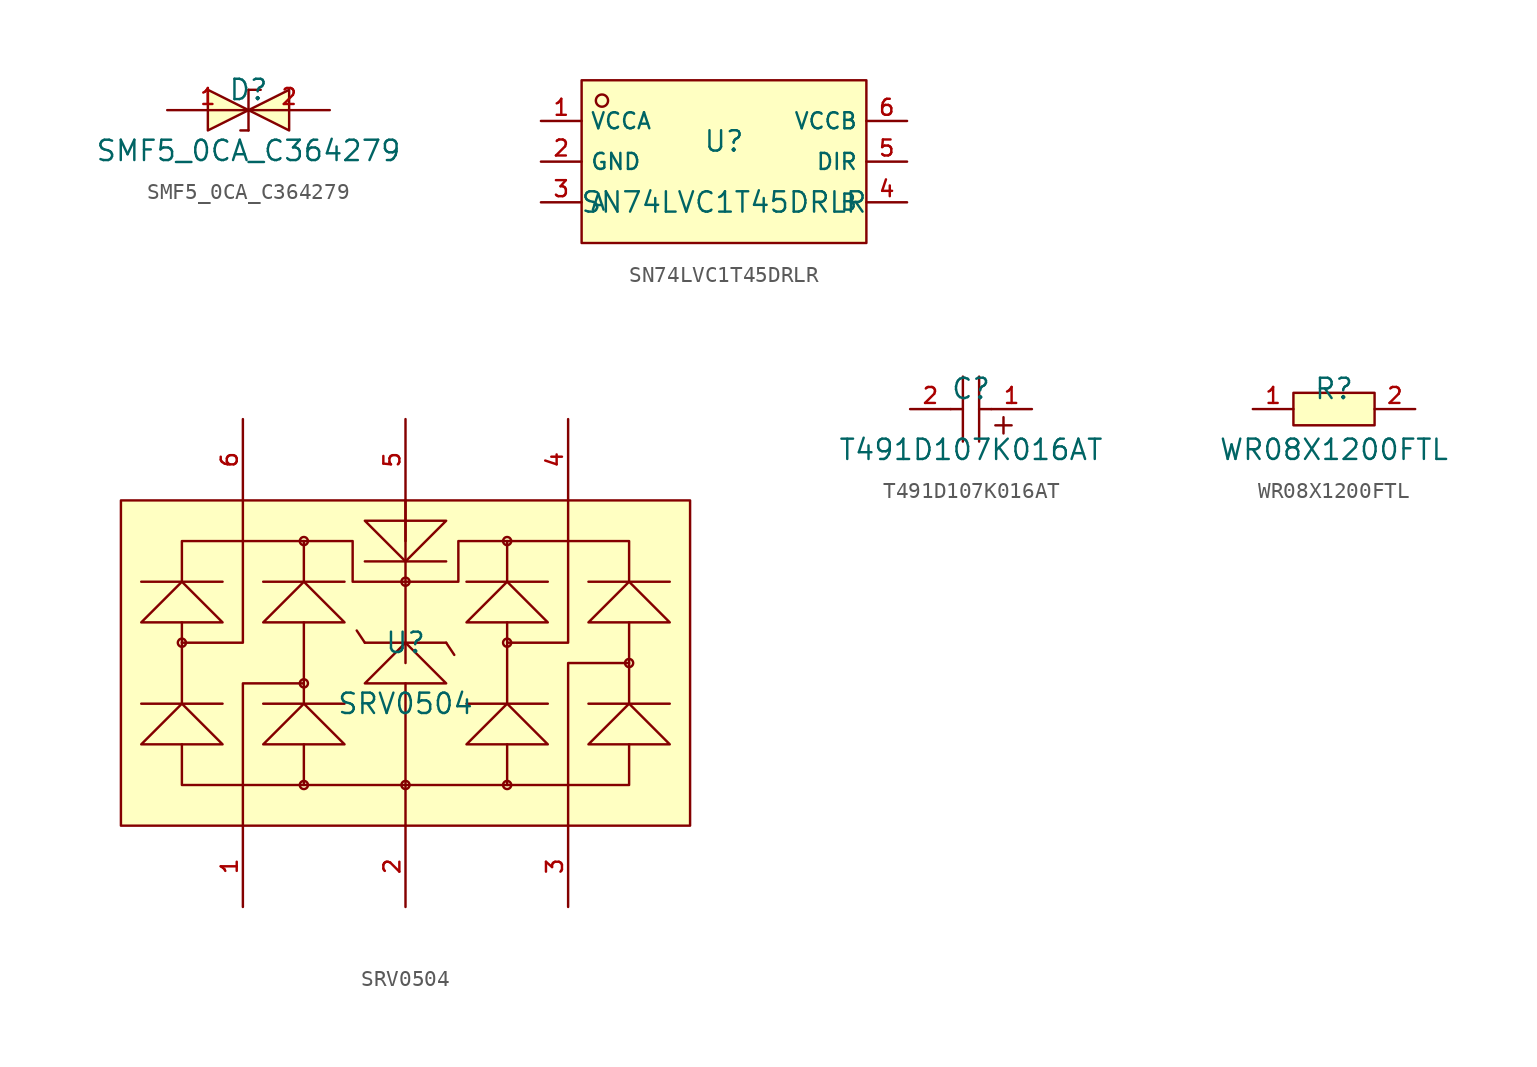
<source format=kicad_sym>
(kicad_symbol_lib
  (version 20220914)
  (generator kicad_symbol_editor)
  (symbol "SMF5_0CA_C364279"
    (pin_names hide)
    (property "Reference" "D"
      (at 0 1.27 0)
      (effects (font (size 1.27 1.27))))
    (property "Value" "SMF5_0CA_C364279"
      (at 0 -2.54 0)
      (effects (font (size 1.27 1.27))))
    (symbol "SMF5_0CA_C364279_0_1"
      (polyline (pts (xy -0.508 -1.27) (xy 0 -1.27)) (stroke (width 0) (type default)) (fill (type none)))
      (polyline (pts (xy 0 -1.27) (xy 0 0)) (stroke (width 0) (type default)) (fill (type none)))
      (polyline (pts (xy 0 0) (xy 0 1.27)) (stroke (width 0) (type default)) (fill (type none)))
      (polyline (pts (xy 0 1.27) (xy 0.762 1.27)) (stroke (width 0) (type default)) (fill (type none)))
      (polyline (pts (xy -2.54 1.27) (xy 0 0) (xy -2.54 -1.27) (xy -2.54 1.27)) (stroke (width 0) (type default)) (fill (type background)))
      (polyline (pts (xy 2.54 1.27) (xy 0 0) (xy 2.54 -1.27) (xy 2.54 1.27)) (stroke (width 0) (type default)) (fill (type background)))
      (pin unspecified line (at -5.08 0 0) (length 5.08) (name "K" (effects (font (size 1 1)))) (number "1" (effects (font (size 1 1)))))
      (pin unspecified line (at 5.08 0 180) (length 5.08) (name "A" (effects (font (size 1 1)))) (number "2" (effects (font (size 1 1)))))))
  (symbol "SN74LVC1T45DRLR"
    (property "Reference" "U"
      (at 0 1.27 0)
      (effects (font (size 1.27 1.27))))
    (property "Value" "SN74LVC1T45DRLR"
      (at 0 -2.54 0)
      (effects (font (size 1.27 1.27))))
    (symbol "SN74LVC1T45DRLR_0_1"
      (rectangle (start -8.89 5.08) (end 8.89 -5.08) (stroke (width 0) (type default)) (fill (type background)))
      (circle (center -7.62 3.81) (radius 0.381) (stroke (width 0) (type default)) (fill (type background)))
      (pin unspecified line (at -11.43 2.54 0) (length 2.54) (name "VCCA" (effects (font (size 1 1)))) (number "1" (effects (font (size 1 1)))))
      (pin unspecified line (at -11.43 0 0) (length 2.54) (name "GND" (effects (font (size 1 1)))) (number "2" (effects (font (size 1 1)))))
      (pin unspecified line (at -11.43 -2.54 0) (length 2.54) (name "A" (effects (font (size 1 1)))) (number "3" (effects (font (size 1 1)))))
      (pin unspecified line (at 11.43 -2.54 180) (length 2.54) (name "B" (effects (font (size 1 1)))) (number "4" (effects (font (size 1 1)))))
      (pin unspecified line (at 11.43 0 180) (length 2.54) (name "DIR" (effects (font (size 1 1)))) (number "5" (effects (font (size 1 1)))))
      (pin unspecified line (at 11.43 2.54 180) (length 2.54) (name "VCCB" (effects (font (size 1 1)))) (number "6" (effects (font (size 1 1)))))))
  (symbol "SRV0504"
    (pin_names hide)
    (property "Reference" "U"
      (at 0 1.27 0)
      (effects (font (size 1.27 1.27))))
    (property "Value" "SRV0504"
      (at 0 -2.54 0)
      (effects (font (size 1.27 1.27))))
    (symbol "SRV0504_0_1"
      (rectangle (start -17.78 10.16) (end 17.78 -10.16) (stroke (width 0) (type default)) (fill (type background)))
      (circle (center -13.97 1.27) (radius 0.254) (stroke (width 0) (type default)) (fill (type background)))
      (circle (center -6.35 -7.62) (radius 0.254) (stroke (width 0) (type default)) (fill (type background)))
      (circle (center -6.35 -1.27) (radius 0.254) (stroke (width 0) (type default)) (fill (type background)))
      (circle (center -6.35 7.62) (radius 0.254) (stroke (width 0) (type default)) (fill (type background)))
      (circle (center 0 -7.62) (radius 0.254) (stroke (width 0) (type default)) (fill (type background)))
      (polyline (pts (xy -16.51 -2.54) (xy -11.43 -2.54)) (stroke (width 0) (type default)) (fill (type none)))
      (polyline (pts (xy -16.51 5.08) (xy -11.43 5.08)) (stroke (width 0) (type default)) (fill (type none)))
      (polyline (pts (xy -13.97 2.54) (xy -13.97 -2.54)) (stroke (width 0) (type default)) (fill (type none)))
      (polyline (pts (xy -8.89 -2.54) (xy -3.81 -2.54)) (stroke (width 0) (type default)) (fill (type none)))
      (polyline (pts (xy -8.89 5.08) (xy -3.81 5.08)) (stroke (width 0) (type default)) (fill (type none)))
      (polyline (pts (xy -6.35 -5.08) (xy -6.35 -7.62)) (stroke (width 0) (type default)) (fill (type none)))
      (polyline (pts (xy -6.35 2.54) (xy -6.35 -2.54)) (stroke (width 0) (type default)) (fill (type none)))
      (polyline (pts (xy -6.35 5.08) (xy -6.35 7.62)) (stroke (width 0) (type default)) (fill (type none)))
      (polyline (pts (xy -2.54 1.27) (xy -3.048 2.032)) (stroke (width 0) (type default)) (fill (type none)))
      (polyline (pts (xy -2.54 1.27) (xy 2.54 1.27)) (stroke (width 0) (type default)) (fill (type none)))
      (polyline (pts (xy 0 -7.62) (xy 0 -10.16)) (stroke (width 0) (type default)) (fill (type none)))
      (polyline (pts (xy 0 -1.27) (xy 0 -7.62)) (stroke (width 0) (type default)) (fill (type none)))
      (polyline (pts (xy 0 0) (xy 0 10.16)) (stroke (width 0) (type default)) (fill (type none)))
      (polyline (pts (xy 0 7.62) (xy 0 10.16)) (stroke (width 0) (type default)) (fill (type none)))
      (polyline (pts (xy 2.54 1.27) (xy 3.048 0.508)) (stroke (width 0) (type default)) (fill (type none)))
      (polyline (pts (xy 2.54 6.35) (xy -2.54 6.35)) (stroke (width 0) (type default)) (fill (type none)))
      (polyline (pts (xy 3.81 -2.54) (xy 8.89 -2.54)) (stroke (width 0) (type default)) (fill (type none)))
      (polyline (pts (xy 3.81 5.08) (xy 8.89 5.08)) (stroke (width 0) (type default)) (fill (type none)))
      (polyline (pts (xy 6.35 -5.08) (xy 6.35 -7.62)) (stroke (width 0) (type default)) (fill (type none)))
      (polyline (pts (xy 6.35 2.54) (xy 6.35 -2.54)) (stroke (width 0) (type default)) (fill (type none)))
      (polyline (pts (xy 6.35 7.62) (xy 6.35 5.08)) (stroke (width 0) (type default)) (fill (type none)))
      (polyline (pts (xy 11.43 -2.54) (xy 16.51 -2.54)) (stroke (width 0) (type default)) (fill (type none)))
      (polyline (pts (xy 11.43 5.08) (xy 16.51 5.08)) (stroke (width 0) (type default)) (fill (type none)))
      (polyline (pts (xy 13.97 -2.54) (xy 13.97 2.54)) (stroke (width 0) (type default)) (fill (type none)))
      (polyline (pts (xy -13.97 1.27) (xy -10.16 1.27) (xy -10.16 10.16)) (stroke (width 0) (type default)) (fill (type none)))
      (polyline (pts (xy -6.35 -1.27) (xy -10.16 -1.27) (xy -10.16 -10.16)) (stroke (width 0) (type default)) (fill (type none)))
      (polyline (pts (xy 6.35 1.27) (xy 10.16 1.27) (xy 10.16 10.16)) (stroke (width 0) (type default)) (fill (type none)))
      (polyline (pts (xy 13.97 0) (xy 10.16 0) (xy 10.16 -10.16)) (stroke (width 0) (type default)) (fill (type none)))
      (polyline (pts (xy -13.97 -5.08) (xy -13.97 -7.62) (xy 13.97 -7.62) (xy 13.97 -5.08)) (stroke (width 0) (type default)) (fill (type none)))
      (polyline (pts (xy -11.43 -5.08) (xy -13.97 -2.54) (xy -16.51 -5.08) (xy -11.43 -5.08)) (stroke (width 0) (type default)) (fill (type background)))
      (polyline (pts (xy -11.43 2.54) (xy -13.97 5.08) (xy -16.51 2.54) (xy -11.43 2.54)) (stroke (width 0) (type default)) (fill (type background)))
      (polyline (pts (xy -3.81 -5.08) (xy -6.35 -2.54) (xy -8.89 -5.08) (xy -3.81 -5.08)) (stroke (width 0) (type default)) (fill (type background)))
      (polyline (pts (xy -3.81 2.54) (xy -6.35 5.08) (xy -8.89 2.54) (xy -3.81 2.54)) (stroke (width 0) (type default)) (fill (type background)))
      (polyline (pts (xy -2.54 8.89) (xy 0 6.35) (xy 2.54 8.89) (xy -2.54 8.89)) (stroke (width 0) (type default)) (fill (type background)))
      (polyline (pts (xy 2.54 -1.27) (xy 0 1.27) (xy -2.54 -1.27) (xy 2.54 -1.27)) (stroke (width 0) (type default)) (fill (type background)))
      (polyline (pts (xy 8.89 -5.08) (xy 6.35 -2.54) (xy 3.81 -5.08) (xy 8.89 -5.08)) (stroke (width 0) (type default)) (fill (type background)))
      (polyline (pts (xy 8.89 2.54) (xy 6.35 5.08) (xy 3.81 2.54) (xy 8.89 2.54)) (stroke (width 0) (type default)) (fill (type background)))
      (polyline (pts (xy 16.51 -5.08) (xy 13.97 -2.54) (xy 11.43 -5.08) (xy 16.51 -5.08)) (stroke (width 0) (type default)) (fill (type background)))
      (polyline (pts (xy 16.51 2.54) (xy 13.97 5.08) (xy 11.43 2.54) (xy 16.51 2.54)) (stroke (width 0) (type default)) (fill (type background)))
      (polyline (pts (xy 13.97 5.08) (xy 13.97 7.62) (xy 3.302 7.62) (xy 3.302 5.08) (xy 0 5.08) (xy -3.302 5.08) (xy -3.302 7.62) (xy -13.97 7.62) (xy -13.97 5.08)) (stroke (width 0) (type default)) (fill (type none)))
      (circle (center 0 5.08) (radius 0.254) (stroke (width 0) (type default)) (fill (type background)))
      (circle (center 6.35 -7.62) (radius 0.254) (stroke (width 0) (type default)) (fill (type background)))
      (circle (center 6.35 1.27) (radius 0.254) (stroke (width 0) (type default)) (fill (type background)))
      (circle (center 6.35 7.62) (radius 0.254) (stroke (width 0) (type default)) (fill (type background)))
      (circle (center 13.97 0) (radius 0.254) (stroke (width 0) (type default)) (fill (type background)))
      (pin input line (at -10.16 -15.24 90) (length 5.08) (name "IO1" (effects (font (size 1 1)))) (number "1" (effects (font (size 1 1)))))
      (pin input line (at 0 -15.24 90) (length 5.08) (name "GND" (effects (font (size 1 1)))) (number "2" (effects (font (size 1 1)))))
      (pin input line (at 10.16 -15.24 90) (length 5.08) (name "IO3" (effects (font (size 1 1)))) (number "3" (effects (font (size 1 1)))))
      (pin input line (at 10.16 15.24 270) (length 5.08) (name "IO4" (effects (font (size 1 1)))) (number "4" (effects (font (size 1 1)))))
      (pin input line (at 0 15.24 270) (length 5.08) (name "VCC" (effects (font (size 1 1)))) (number "5" (effects (font (size 1 1)))))
      (pin input line (at -10.16 15.24 270) (length 5.08) (name "IO2" (effects (font (size 1 1)))) (number "6" (effects (font (size 1 1)))))))
  (symbol "T491D107K016AT"
    (pin_names hide)
    (property "Reference" "C"
      (at 0 1.27 0)
      (effects (font (size 1.27 1.27))))
    (property "Value" "T491D107K016AT"
      (at 0 -2.54 0)
      (effects (font (size 1.27 1.27))))
    (symbol "T491D107K016AT_0_1"
      (polyline (pts (xy -0.508 -2.032) (xy -0.508 2.032)) (stroke (width 0) (type default)) (fill (type none)))
      (polyline (pts (xy -0.508 0) (xy -1.27 0)) (stroke (width 0) (type default)) (fill (type none)))
      (polyline (pts (xy 0.508 -2.032) (xy 0.508 2.032)) (stroke (width 0) (type default)) (fill (type none)))
      (polyline (pts (xy 1.27 0) (xy 0.508 0)) (stroke (width 0) (type default)) (fill (type none)))
      (polyline (pts (xy 2.032 -1.524) (xy 2.032 -0.508)) (stroke (width 0) (type default)) (fill (type none)))
      (polyline (pts (xy 2.54 -1.016) (xy 1.524 -1.016)) (stroke (width 0) (type default)) (fill (type none)))
      (pin input line (at 3.81 0 180) (length 2.54) (name "1" (effects (font (size 1 1)))) (number "1" (effects (font (size 1 1)))))
      (pin input line (at -3.81 0 0) (length 2.54) (name "2" (effects (font (size 1 1)))) (number "2" (effects (font (size 1 1)))))))
  (symbol "WR08X1200FTL"
    (pin_names hide)
    (property "Reference" "R"
      (at 0 1.27 0)
      (effects (font (size 1.27 1.27))))
    (property "Value" "WR08X1200FTL"
      (at 0 -2.54 0)
      (effects (font (size 1.27 1.27))))
    (symbol "WR08X1200FTL_0_1"
      (rectangle (start -2.54 1.016) (end 2.54 -1.016) (stroke (width 0) (type default)) (fill (type background)))
      (pin unspecified line (at -5.08 0 0) (length 2.54) (name "1" (effects (font (size 1 1)))) (number "1" (effects (font (size 1 1)))))
      (pin unspecified line (at 5.08 0 180) (length 2.54) (name "2" (effects (font (size 1 1)))) (number "2" (effects (font (size 1 1))))))))
</source>
